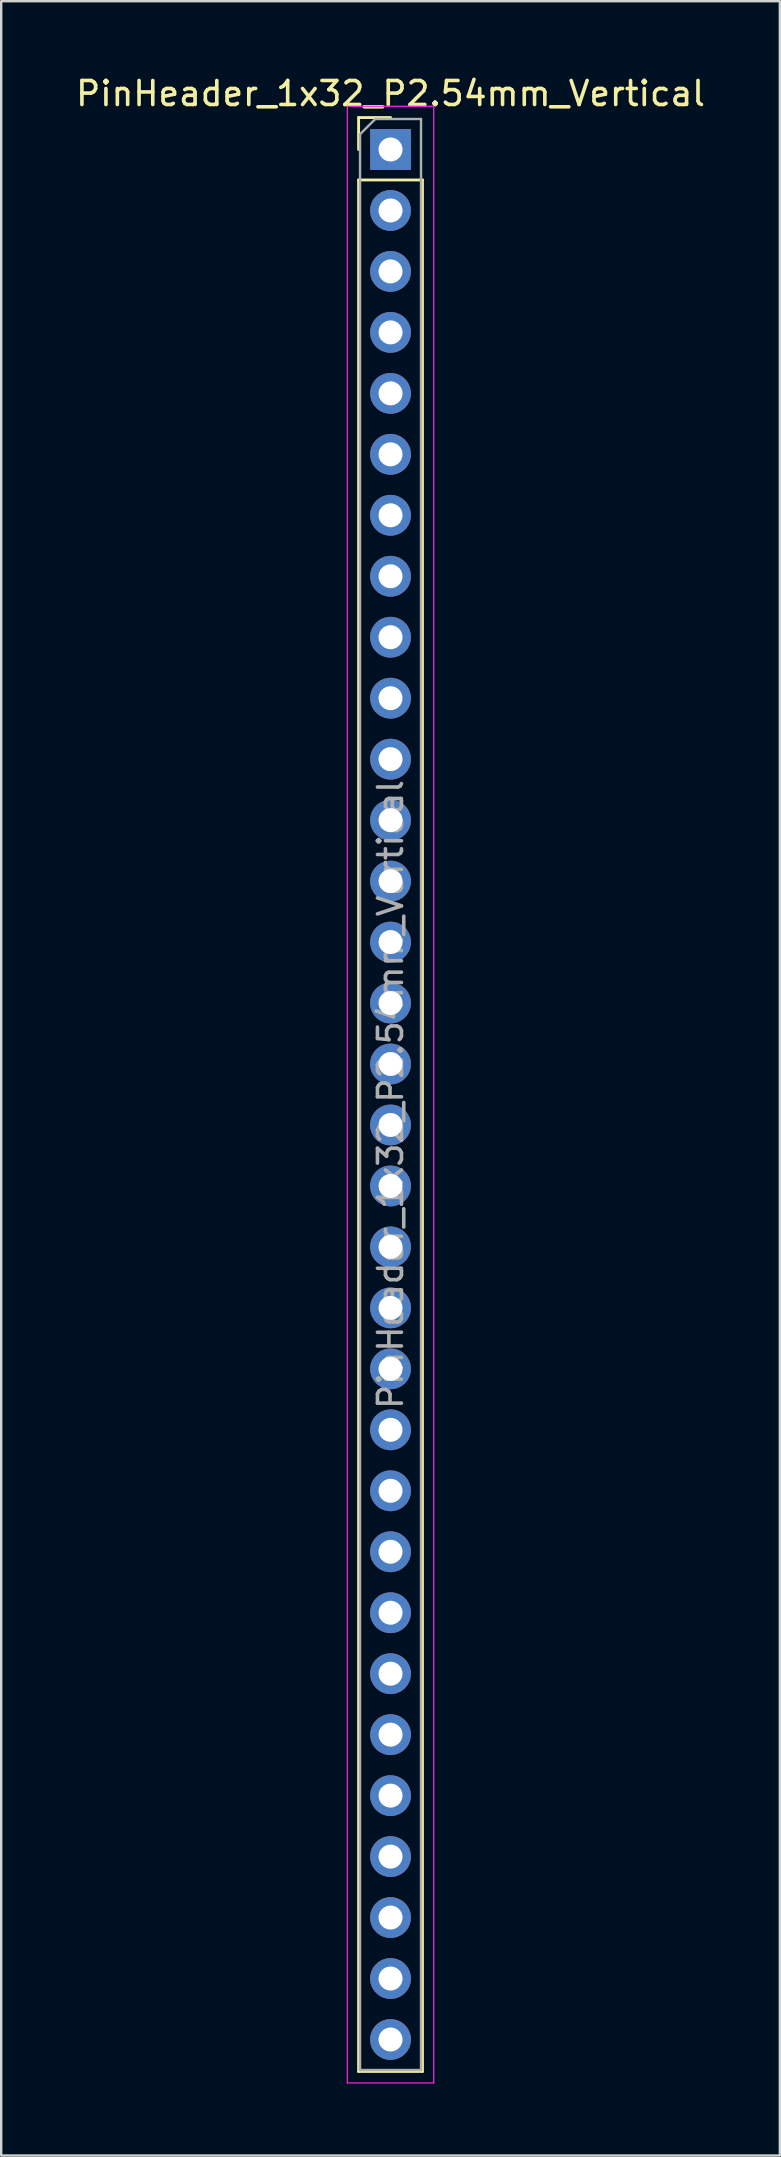
<source format=kicad_pcb>
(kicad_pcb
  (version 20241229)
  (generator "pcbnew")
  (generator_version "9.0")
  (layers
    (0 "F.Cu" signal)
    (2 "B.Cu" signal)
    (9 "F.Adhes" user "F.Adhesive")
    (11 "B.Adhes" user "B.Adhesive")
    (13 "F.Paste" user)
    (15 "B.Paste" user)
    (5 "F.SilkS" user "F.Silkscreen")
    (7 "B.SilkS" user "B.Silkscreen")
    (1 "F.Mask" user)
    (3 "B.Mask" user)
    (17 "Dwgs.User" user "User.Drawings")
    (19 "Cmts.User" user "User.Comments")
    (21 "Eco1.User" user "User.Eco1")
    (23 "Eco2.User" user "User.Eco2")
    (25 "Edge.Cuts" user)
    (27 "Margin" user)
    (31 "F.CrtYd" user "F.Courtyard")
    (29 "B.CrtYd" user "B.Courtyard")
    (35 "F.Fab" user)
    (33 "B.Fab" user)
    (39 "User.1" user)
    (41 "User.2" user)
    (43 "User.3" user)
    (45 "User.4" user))
  (footprint "PinHeader_1x32_P2.54mm_Vertical"
    (layer "F.Cu")
    (at 13.22 3.178)
    (property "Reference" "PinHeader_1x32_P2.54mm_Vertical" (at 0 -2.33 0) (layer "F.SilkS") (effects (font (size 1 1) (thickness 0.15))))
    (attr through_hole)
    (fp_line (start -1.33 -1.33) (end 0 -1.33) (stroke (width 0.12) (type solid)) (layer "F.SilkS"))
    (fp_line (start -1.33 0) (end -1.33 -1.33) (stroke (width 0.12) (type solid)) (layer "F.SilkS"))
    (fp_line (start -1.33 1.27) (end -1.33 80.07) (stroke (width 0.12) (type solid)) (layer "F.SilkS"))
    (fp_line (start -1.33 1.27) (end 1.33 1.27) (stroke (width 0.12) (type solid)) (layer "F.SilkS"))
    (fp_line (start -1.33 80.07) (end 1.33 80.07) (stroke (width 0.12) (type solid)) (layer "F.SilkS"))
    (fp_line (start 1.33 1.27) (end 1.33 80.07) (stroke (width 0.12) (type solid)) (layer "F.SilkS"))
    (fp_line (start -1.8 -1.8) (end -1.8 80.55) (stroke (width 0.05) (type solid)) (layer "F.CrtYd"))
    (fp_line (start -1.8 80.55) (end 1.8 80.55) (stroke (width 0.05) (type solid)) (layer "F.CrtYd"))
    (fp_line (start 1.8 -1.8) (end -1.8 -1.8) (stroke (width 0.05) (type solid)) (layer "F.CrtYd"))
    (fp_line (start 1.8 80.55) (end 1.8 -1.8) (stroke (width 0.05) (type solid)) (layer "F.CrtYd"))
    (fp_line (start -1.27 -0.635) (end -0.635 -1.27) (stroke (width 0.1) (type solid)) (layer "F.Fab"))
    (fp_line (start -1.27 80.01) (end -1.27 -0.635) (stroke (width 0.1) (type solid)) (layer "F.Fab"))
    (fp_line (start -0.635 -1.27) (end 1.27 -1.27) (stroke (width 0.1) (type solid)) (layer "F.Fab"))
    (fp_line (start 1.27 -1.27) (end 1.27 80.01) (stroke (width 0.1) (type solid)) (layer "F.Fab"))
    (fp_line (start 1.27 80.01) (end -1.27 80.01) (stroke (width 0.1) (type solid)) (layer "F.Fab"))
    (fp_text user "${REFERENCE}" (at 0 39.37 90) (layer "F.Fab") (effects (font (size 1 1) (thickness 0.15))))
    (pad "1" thru_hole rect (at 0 0) (size 1.7 1.7) (drill 1) (layers "*.Cu" "*.Mask"))
    (pad "2" thru_hole oval (at 0 2.54) (size 1.7 1.7) (drill 1) (layers "*.Cu" "*.Mask"))
    (pad "3" thru_hole oval (at 0 5.08) (size 1.7 1.7) (drill 1) (layers "*.Cu" "*.Mask"))
    (pad "4" thru_hole oval (at 0 7.62) (size 1.7 1.7) (drill 1) (layers "*.Cu" "*.Mask"))
    (pad "5" thru_hole oval (at 0 10.16) (size 1.7 1.7) (drill 1) (layers "*.Cu" "*.Mask"))
    (pad "6" thru_hole oval (at 0 12.7) (size 1.7 1.7) (drill 1) (layers "*.Cu" "*.Mask"))
    (pad "7" thru_hole oval (at 0 15.24) (size 1.7 1.7) (drill 1) (layers "*.Cu" "*.Mask"))
    (pad "8" thru_hole oval (at 0 17.78) (size 1.7 1.7) (drill 1) (layers "*.Cu" "*.Mask"))
    (pad "9" thru_hole oval (at 0 20.32) (size 1.7 1.7) (drill 1) (layers "*.Cu" "*.Mask"))
    (pad "10" thru_hole oval (at 0 22.86) (size 1.7 1.7) (drill 1) (layers "*.Cu" "*.Mask"))
    (pad "11" thru_hole oval (at 0 25.4) (size 1.7 1.7) (drill 1) (layers "*.Cu" "*.Mask"))
    (pad "12" thru_hole oval (at 0 27.94) (size 1.7 1.7) (drill 1) (layers "*.Cu" "*.Mask"))
    (pad "13" thru_hole oval (at 0 30.48) (size 1.7 1.7) (drill 1) (layers "*.Cu" "*.Mask"))
    (pad "14" thru_hole oval (at 0 33.02) (size 1.7 1.7) (drill 1) (layers "*.Cu" "*.Mask"))
    (pad "15" thru_hole oval (at 0 35.56) (size 1.7 1.7) (drill 1) (layers "*.Cu" "*.Mask"))
    (pad "16" thru_hole oval (at 0 38.1) (size 1.7 1.7) (drill 1) (layers "*.Cu" "*.Mask"))
    (pad "17" thru_hole oval (at 0 40.64) (size 1.7 1.7) (drill 1) (layers "*.Cu" "*.Mask"))
    (pad "18" thru_hole oval (at 0 43.18) (size 1.7 1.7) (drill 1) (layers "*.Cu" "*.Mask"))
    (pad "19" thru_hole oval (at 0 45.72) (size 1.7 1.7) (drill 1) (layers "*.Cu" "*.Mask"))
    (pad "20" thru_hole oval (at 0 48.26) (size 1.7 1.7) (drill 1) (layers "*.Cu" "*.Mask"))
    (pad "21" thru_hole oval (at 0 50.8) (size 1.7 1.7) (drill 1) (layers "*.Cu" "*.Mask"))
    (pad "22" thru_hole oval (at 0 53.34) (size 1.7 1.7) (drill 1) (layers "*.Cu" "*.Mask"))
    (pad "23" thru_hole oval (at 0 55.88) (size 1.7 1.7) (drill 1) (layers "*.Cu" "*.Mask"))
    (pad "24" thru_hole oval (at 0 58.42) (size 1.7 1.7) (drill 1) (layers "*.Cu" "*.Mask"))
    (pad "25" thru_hole oval (at 0 60.96) (size 1.7 1.7) (drill 1) (layers "*.Cu" "*.Mask"))
    (pad "26" thru_hole oval (at 0 63.5) (size 1.7 1.7) (drill 1) (layers "*.Cu" "*.Mask"))
    (pad "27" thru_hole oval (at 0 66.04) (size 1.7 1.7) (drill 1) (layers "*.Cu" "*.Mask"))
    (pad "28" thru_hole oval (at 0 68.58) (size 1.7 1.7) (drill 1) (layers "*.Cu" "*.Mask"))
    (pad "29" thru_hole oval (at 0 71.12) (size 1.7 1.7) (drill 1) (layers "*.Cu" "*.Mask"))
    (pad "30" thru_hole oval (at 0 73.66) (size 1.7 1.7) (drill 1) (layers "*.Cu" "*.Mask"))
    (pad "31" thru_hole oval (at 0 76.2) (size 1.7 1.7) (drill 1) (layers "*.Cu" "*.Mask"))
    (pad "32" thru_hole oval (at 0 78.74) (size 1.7 1.7) (drill 1) (layers "*.Cu" "*.Mask")))
  (gr_rect
    (start -3 -3)
    (end 29.44 86.753)
    (stroke (width 0.1) (type default))
    (fill no)
    (layer "Edge.Cuts")))
</source>
